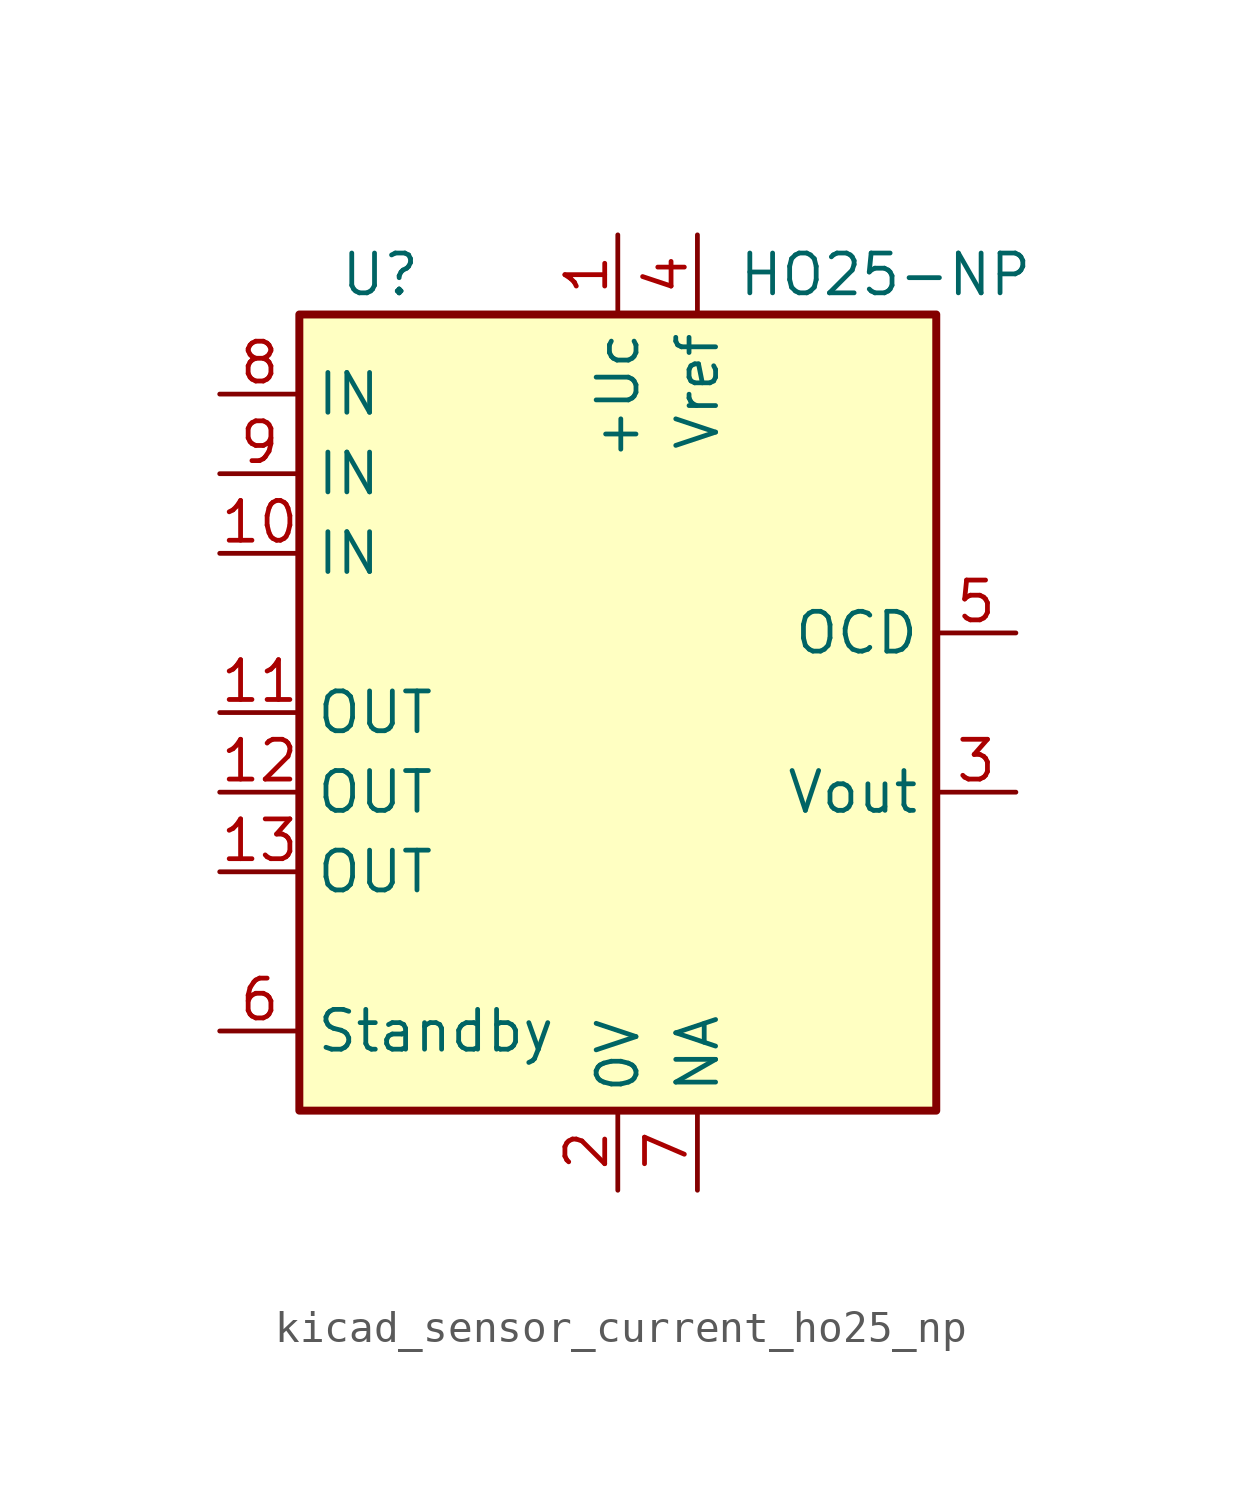
<source format=kicad_sym>
(kicad_symbol_lib
  (version 20220914)
  (generator kicad_symbol_editor)
  (symbol "kicad_sensor_current_ho25_np"
    (property "Reference" "U"
      (at -8.89 13.97 0)
      (effects (font (size 1.27 1.27)) (justify left)))
    (property "Value" "HO25-NP"
      (at 3.81 13.97 0)
      (effects (font (size 1.27 1.27)) (justify left)))
    (symbol "kicad_sensor_current_ho25_np_0_1"
      (rectangle (start -10.16 12.7) (end 10.16 -12.7) (stroke (width 0.254) (type default)) (fill (type background))))
    (symbol "kicad_sensor_current_ho25_np_1_1"
      (pin power_in line (at 0 15.24 270) (length 2.54) (name "+Uc" (effects (font (size 1.27 1.27)))) (number "1" (effects (font (size 1.27 1.27)))))
      (pin passive line (at -12.7 5.08 0) (length 2.54) (name "IN" (effects (font (size 1.27 1.27)))) (number "10" (effects (font (size 1.27 1.27)))))
      (pin passive line (at -12.7 0 0) (length 2.54) (name "OUT" (effects (font (size 1.27 1.27)))) (number "11" (effects (font (size 1.27 1.27)))))
      (pin passive line (at -12.7 -2.54 0) (length 2.54) (name "OUT" (effects (font (size 1.27 1.27)))) (number "12" (effects (font (size 1.27 1.27)))))
      (pin passive line (at -12.7 -5.08 0) (length 2.54) (name "OUT" (effects (font (size 1.27 1.27)))) (number "13" (effects (font (size 1.27 1.27)))))
      (pin power_in line (at 0 -15.24 90) (length 2.54) (name "0V" (effects (font (size 1.27 1.27)))) (number "2" (effects (font (size 1.27 1.27)))))
      (pin output line (at 12.7 -2.54 180) (length 2.54) (name "Vout" (effects (font (size 1.27 1.27)))) (number "3" (effects (font (size 1.27 1.27)))))
      (pin passive line (at 2.54 15.24 270) (length 2.54) (name "Vref" (effects (font (size 1.27 1.27)))) (number "4" (effects (font (size 1.27 1.27)))))
      (pin open_collector line (at 12.7 2.54 180) (length 2.54) (name "OCD" (effects (font (size 1.27 1.27)))) (number "5" (effects (font (size 1.27 1.27)))))
      (pin input line (at -12.7 -10.16 0) (length 2.54) (name "Standby" (effects (font (size 1.27 1.27)))) (number "6" (effects (font (size 1.27 1.27)))))
      (pin passive line (at 2.54 -15.24 90) (length 2.54) (name "NA" (effects (font (size 1.27 1.27)))) (number "7" (effects (font (size 1.27 1.27)))))
      (pin passive line (at -12.7 10.16 0) (length 2.54) (name "IN" (effects (font (size 1.27 1.27)))) (number "8" (effects (font (size 1.27 1.27)))))
      (pin passive line (at -12.7 7.62 0) (length 2.54) (name "IN" (effects (font (size 1.27 1.27)))) (number "9" (effects (font (size 1.27 1.27))))))))
</source>
